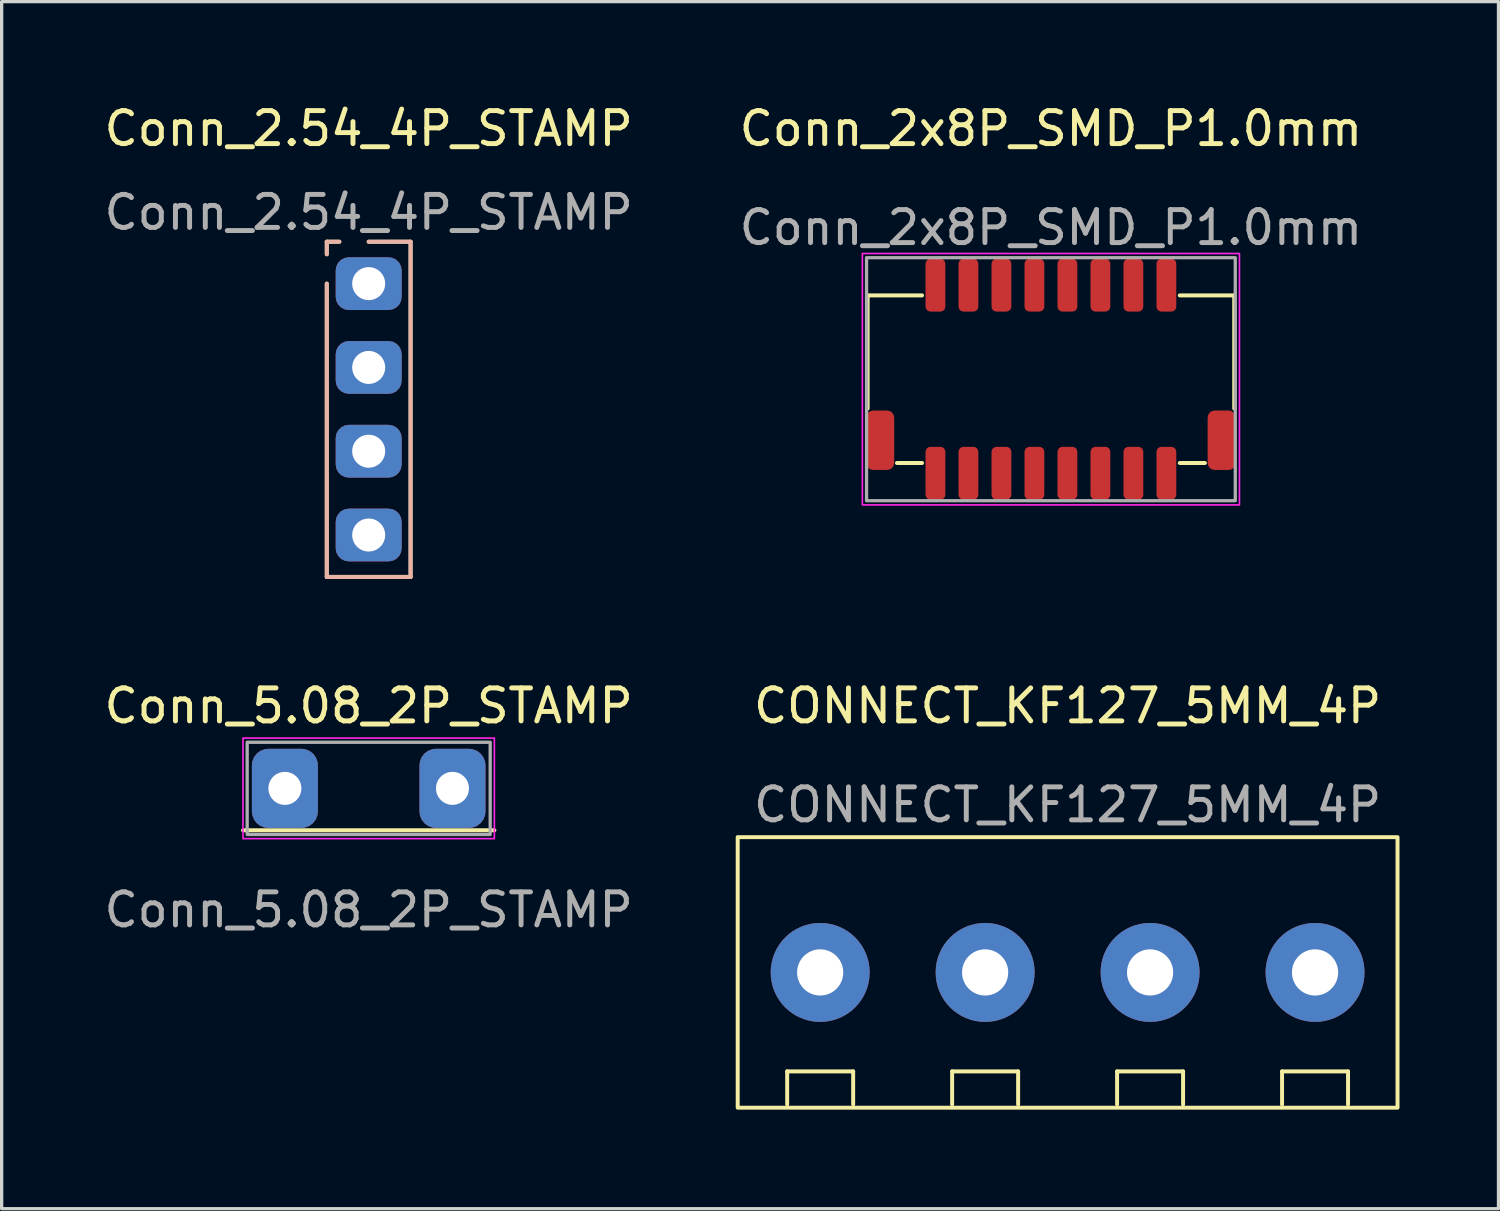
<source format=kicad_pcb>
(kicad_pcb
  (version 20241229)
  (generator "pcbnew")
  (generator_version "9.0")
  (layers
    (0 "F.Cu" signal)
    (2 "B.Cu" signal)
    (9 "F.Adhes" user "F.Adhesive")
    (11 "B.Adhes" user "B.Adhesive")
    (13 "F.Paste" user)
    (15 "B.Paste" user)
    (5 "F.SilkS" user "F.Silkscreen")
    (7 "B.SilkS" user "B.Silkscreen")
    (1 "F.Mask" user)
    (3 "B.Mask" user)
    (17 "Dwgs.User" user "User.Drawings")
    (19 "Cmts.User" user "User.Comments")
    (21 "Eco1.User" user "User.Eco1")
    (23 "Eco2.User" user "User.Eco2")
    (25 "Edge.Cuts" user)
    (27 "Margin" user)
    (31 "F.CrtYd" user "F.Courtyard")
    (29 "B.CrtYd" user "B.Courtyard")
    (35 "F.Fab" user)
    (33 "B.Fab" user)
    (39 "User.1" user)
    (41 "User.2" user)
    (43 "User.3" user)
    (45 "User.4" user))
  (footprint "Conn_2.54_4P_STAMP"
    (layer "F.Cu")
    (at 8.125 5.547)
    (property "Reference" "Conn_2.54_4P_STAMP" (at 0 -4.699 0) (unlocked yes) (layer "F.SilkS") (effects (font (size 1 1) (thickness 0.15))))
    (attr through_hole)
    (fp_line (start -1.27 -1.27) (end -0.889 -1.27) (stroke (width 0.12) (type solid)) (layer "F.SilkS"))
    (fp_line (start -1.27 -0.889) (end -1.27 -1.27) (stroke (width 0.12) (type solid)) (layer "F.SilkS"))
    (fp_line (start -1.27 0) (end -1.27 8.89) (stroke (width 0.12) (type solid)) (layer "F.SilkS"))
    (fp_line (start -1.27 8.89) (end 1.27 8.89) (stroke (width 0.12) (type solid)) (layer "F.SilkS"))
    (fp_line (start 1.27 -1.27) (end 0 -1.27) (stroke (width 0.12) (type solid)) (layer "F.SilkS"))
    (fp_line (start 1.27 8.89) (end 1.27 -1.27) (stroke (width 0.12) (type solid)) (layer "F.SilkS"))
    (fp_line (start -1.27 -1.27) (end -0.889 -1.27) (stroke (width 0.12) (type solid)) (layer "B.SilkS"))
    (fp_line (start -1.27 -0.889) (end -1.27 -1.27) (stroke (width 0.12) (type solid)) (layer "B.SilkS"))
    (fp_line (start -1.27 8.89) (end -1.27 0) (stroke (width 0.12) (type solid)) (layer "B.SilkS"))
    (fp_line (start 0 -1.27) (end 1.27 -1.27) (stroke (width 0.12) (type solid)) (layer "B.SilkS"))
    (fp_line (start 1.27 -1.27) (end 1.27 8.89) (stroke (width 0.12) (type solid)) (layer "B.SilkS"))
    (fp_line (start 1.27 8.89) (end -1.27 8.89) (stroke (width 0.12) (type solid)) (layer "B.SilkS"))
    (fp_text user "${REFERENCE}" (at 0 -2.159 0) (unlocked yes) (layer "F.Fab") (effects (font (size 1 1) (thickness 0.15))))
    (pad "1" thru_hole roundrect (at 0 0) (size 2 1.6) (drill 1) (layers "*.Cu" "*.Mask") (roundrect_rratio 0.25))
    (pad "2" thru_hole roundrect (at 0 2.54) (size 2 1.6) (drill 1) (layers "*.Cu" "*.Mask") (roundrect_rratio 0.25))
    (pad "3" thru_hole roundrect (at 0 5.08) (size 2 1.6) (drill 1) (layers "*.Cu" "*.Mask") (roundrect_rratio 0.25))
    (pad "4" thru_hole roundrect (at 0 7.62) (size 2 1.6) (drill 1) (layers "*.Cu" "*.Mask") (roundrect_rratio 0.25)))
  (footprint "Conn_5.08_2P_STAMP"
    (layer "F.Cu")
    (at 8.125 20.846)
    (property "Reference" "Conn_5.08_2P_STAMP" (at 0 -2.5 0) (unlocked yes) (layer "F.SilkS") (effects (font (size 1 1) (thickness 0.15))))
    (attr through_hole)
    (fp_line (start -3.81 1.27) (end 3.81 1.27) (stroke (width 0.12) (type solid)) (layer "F.SilkS"))
    (fp_rect (start -3.81 -1.524) (end 3.81 1.524) (stroke (width 0.05) (type solid)) (fill no) (layer "F.CrtYd"))
    (fp_rect (start -3.683 -1.397) (end 3.683 1.397) (stroke (width 0.1) (type solid)) (fill no) (layer "F.Fab"))
    (fp_text user "${REFERENCE}" (at 0 3.683 0) (unlocked yes) (layer "F.Fab") (effects (font (size 1 1) (thickness 0.15))))
    (pad "1" thru_hole roundrect (at -2.54 0) (size 2 2.4) (drill 1) (layers "*.Cu" "*.Mask") (roundrect_rratio 0.25))
    (pad "2" thru_hole roundrect (at 2.54 0) (size 2 2.4) (drill 1) (layers "*.Cu" "*.Mask") (roundrect_rratio 0.25)))
  (footprint "CONNECT_KF127_5MM_4P"
    (layer "F.Cu")
    (at 29.31 26.425)
    (property "Reference" "CONNECT_KF127_5MM_4P" (at 0 -8.08 0) (unlocked yes) (layer "F.SilkS") (effects (font (size 1 1) (thickness 0.15))))
    (attr through_hole)
    (fp_line (start -8.5 3) (end -6.5 3) (stroke (width 0.12) (type default)) (layer "F.SilkS"))
    (fp_line (start -8.5 4) (end -8.5 3) (stroke (width 0.12) (type default)) (layer "F.SilkS"))
    (fp_line (start -6.5 3) (end -6.5 4) (stroke (width 0.12) (type default)) (layer "F.SilkS"))
    (fp_line (start -3.5 3) (end -1.5 3) (stroke (width 0.12) (type default)) (layer "F.SilkS"))
    (fp_line (start -3.5 4) (end -3.5 3) (stroke (width 0.12) (type default)) (layer "F.SilkS"))
    (fp_line (start -1.5 3) (end -1.5 4) (stroke (width 0.12) (type default)) (layer "F.SilkS"))
    (fp_line (start 1.5 3) (end 3.5 3) (stroke (width 0.12) (type default)) (layer "F.SilkS"))
    (fp_line (start 1.5 4) (end 1.5 3) (stroke (width 0.12) (type default)) (layer "F.SilkS"))
    (fp_line (start 3.5 3) (end 3.5 4) (stroke (width 0.12) (type default)) (layer "F.SilkS"))
    (fp_line (start 6.5 3) (end 8.5 3) (stroke (width 0.12) (type default)) (layer "F.SilkS"))
    (fp_line (start 6.5 4) (end 6.5 3) (stroke (width 0.12) (type default)) (layer "F.SilkS"))
    (fp_line (start 8.5 3) (end 8.5 4) (stroke (width 0.12) (type default)) (layer "F.SilkS"))
    (fp_rect (start -10 -4.1) (end 10 4.1) (stroke (width 0.12) (type default)) (fill no) (layer "F.SilkS"))
    (fp_text user "${REFERENCE}" (at 0 -5.08 0) (unlocked yes) (layer "F.Fab") (effects (font (size 1 1) (thickness 0.15))))
    (pad "1" thru_hole circle (at -7.5 0) (size 3 3) (drill 1.4) (layers "*.Cu" "*.Mask"))
    (pad "2" thru_hole circle (at -2.5 0) (size 3 3) (drill 1.4) (layers "*.Cu" "*.Mask"))
    (pad "3" thru_hole circle (at 2.5 0) (size 3 3) (drill 1.4) (layers "*.Cu" "*.Mask"))
    (pad "4" thru_hole circle (at 7.5 0) (size 3 3) (drill 1.4) (layers "*.Cu" "*.Mask")))
  (footprint "Conn_2x8P_SMD_P1.0mm"
    (layer "F.Cu")
    (at 28.804 8.444)
    (property "Reference" "Conn_2x8P_SMD_P1.0mm" (at 0 -7.596 0) (unlocked yes) (layer "F.SilkS") (effects (font (size 1 1) (thickness 0.15))))
    (attr smd)
    (fp_line (start -5.556 -2.54) (end -3.905 -2.54) (stroke (width 0.12) (type solid)) (layer "F.SilkS"))
    (fp_line (start -5.556 0.889) (end -5.556 -2.54) (stroke (width 0.12) (type solid)) (layer "F.SilkS"))
    (fp_line (start -3.905 2.54) (end -4.667 2.54) (stroke (width 0.12) (type solid)) (layer "F.SilkS"))
    (fp_line (start 3.905 -2.54) (end 5.556 -2.54) (stroke (width 0.12) (type solid)) (layer "F.SilkS"))
    (fp_line (start 3.905 2.54) (end 4.667 2.54) (stroke (width 0.12) (type solid)) (layer "F.SilkS"))
    (fp_line (start 5.556 -2.54) (end 5.556 0.889) (stroke (width 0.12) (type solid)) (layer "F.SilkS"))
    (fp_rect (start -5.715 -3.81) (end 5.715 3.81) (stroke (width 0.05) (type solid)) (fill no) (layer "F.CrtYd"))
    (fp_rect (start -5.588 -3.683) (end 5.588 3.683) (stroke (width 0.1) (type solid)) (fill no) (layer "F.Fab"))
    (fp_text user "${REFERENCE}" (at 0 -4.596 0) (unlocked yes) (layer "F.Fab") (effects (font (size 1 1) (thickness 0.15))))
    (pad "0" smd roundrect (at -5.175 1.85) (size 0.85 1.8) (layers "F.Cu" "F.Mask" "F.Paste") (roundrect_rratio 0.25))
    (pad "0" smd roundrect (at 5.175 1.85) (size 0.85 1.8) (layers "F.Cu" "F.Mask" "F.Paste") (roundrect_rratio 0.25))
    (pad "1" smd roundrect (at -3.5 2.85) (size 0.6 1.6) (layers "F.Cu" "F.Mask" "F.Paste") (roundrect_rratio 0.25))
    (pad "2" smd roundrect (at -3.5 -2.85) (size 0.6 1.6) (layers "F.Cu" "F.Mask" "F.Paste") (roundrect_rratio 0.25))
    (pad "3" smd roundrect (at -2.5 2.85) (size 0.6 1.6) (layers "F.Cu" "F.Mask" "F.Paste") (roundrect_rratio 0.25))
    (pad "4" smd roundrect (at -2.5 -2.85) (size 0.6 1.6) (layers "F.Cu" "F.Mask" "F.Paste") (roundrect_rratio 0.25))
    (pad "5" smd roundrect (at -1.5 2.85) (size 0.6 1.6) (layers "F.Cu" "F.Mask" "F.Paste") (roundrect_rratio 0.25))
    (pad "6" smd roundrect (at -1.5 -2.85) (size 0.6 1.6) (layers "F.Cu" "F.Mask" "F.Paste") (roundrect_rratio 0.25))
    (pad "7" smd roundrect (at -0.5 2.85) (size 0.6 1.6) (layers "F.Cu" "F.Mask" "F.Paste") (roundrect_rratio 0.25))
    (pad "8" smd roundrect (at -0.5 -2.85) (size 0.6 1.6) (layers "F.Cu" "F.Mask" "F.Paste") (roundrect_rratio 0.25))
    (pad "9" smd roundrect (at 0.5 2.85) (size 0.6 1.6) (layers "F.Cu" "F.Mask" "F.Paste") (roundrect_rratio 0.25))
    (pad "10" smd roundrect (at 0.5 -2.85) (size 0.6 1.6) (layers "F.Cu" "F.Mask" "F.Paste") (roundrect_rratio 0.25))
    (pad "11" smd roundrect (at 1.5 2.85) (size 0.6 1.6) (layers "F.Cu" "F.Mask" "F.Paste") (roundrect_rratio 0.25))
    (pad "12" smd roundrect (at 1.5 -2.85) (size 0.6 1.6) (layers "F.Cu" "F.Mask" "F.Paste") (roundrect_rratio 0.25))
    (pad "13" smd roundrect (at 2.5 2.85) (size 0.6 1.6) (layers "F.Cu" "F.Mask" "F.Paste") (roundrect_rratio 0.25))
    (pad "14" smd roundrect (at 2.5 -2.85) (size 0.6 1.6) (layers "F.Cu" "F.Mask" "F.Paste") (roundrect_rratio 0.25))
    (pad "15" smd roundrect (at 3.5 2.85) (size 0.6 1.6) (layers "F.Cu" "F.Mask" "F.Paste") (roundrect_rratio 0.25))
    (pad "16" smd roundrect (at 3.5 -2.85) (size 0.6 1.6) (layers "F.Cu" "F.Mask" "F.Paste") (roundrect_rratio 0.25)))
  (gr_rect
    (start -3 -3)
    (end 42.37 33.586)
    (stroke (width 0.1) (type default))
    (fill no)
    (layer "Edge.Cuts")))
</source>
